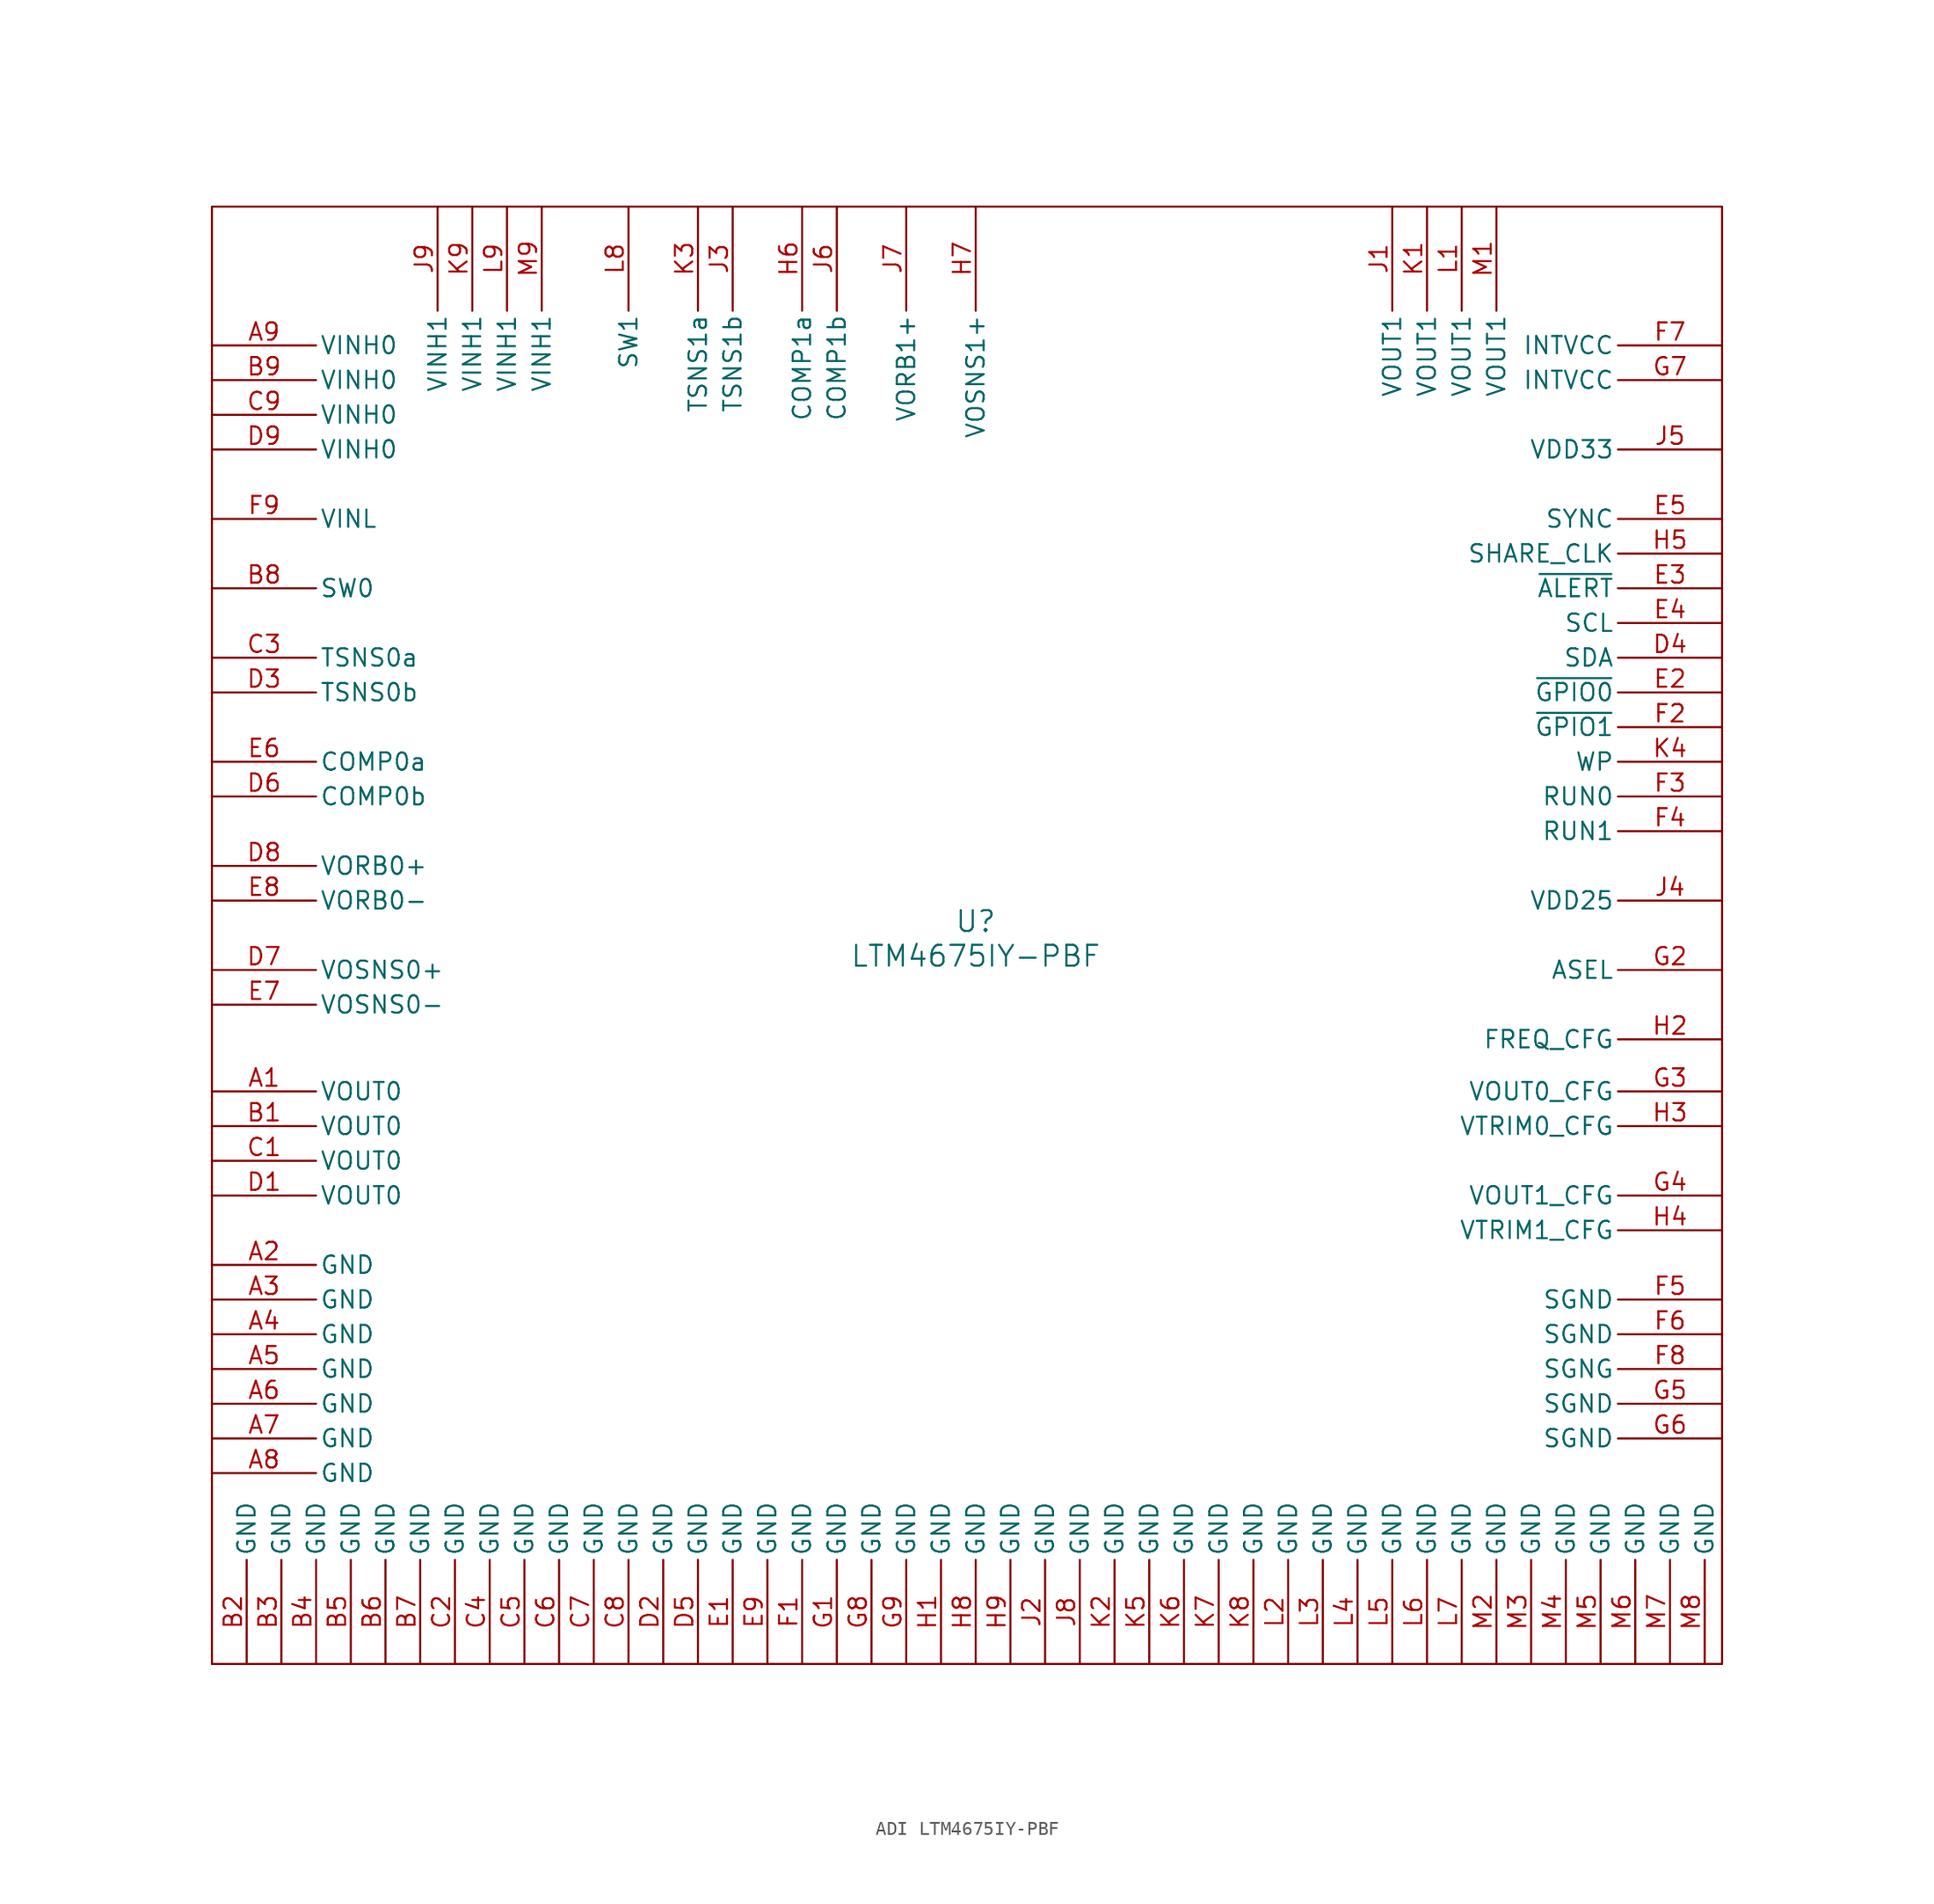
<source format=kicad_sym>
(kicad_symbol_lib
  (version 20231120)
  (generator "kicad_symbol_editor")
  (generator_version "8.0")
  (symbol "ADI LTM4675IY-PBF"
    (pin_names
      (offset 0.254))
    (property "Reference" "U"
      (at 0 1.016 0)
      (effects (font (size 1.524 1.524))))
    (property "Value" "LTM4675IY-PBF"
      (at 0 -1.524 0)
      (effects (font (size 1.524 1.524))))
    (symbol "ADI LTM4675IY-PBF_1_1"
      (rectangle (start -55.88 53.34) (end 54.61 -53.34) (stroke (width 0) (type default)) (fill (type none)))
      (pin power_out line (at -55.88 -11.43 0) (length 7.62) (name "VOUT0" (effects (font (size 1.27 1.27)))) (number "A1" (effects (font (size 1.27 1.27)))))
      (pin power_in line (at -55.88 -24.13 0) (length 7.62) (name "GND" (effects (font (size 1.27 1.27)))) (number "A2" (effects (font (size 1.27 1.27)))))
      (pin power_in line (at -55.88 -26.67 0) (length 7.62) (name "GND" (effects (font (size 1.27 1.27)))) (number "A3" (effects (font (size 1.27 1.27)))))
      (pin power_in line (at -55.88 -29.21 0) (length 7.62) (name "GND" (effects (font (size 1.27 1.27)))) (number "A4" (effects (font (size 1.27 1.27)))))
      (pin power_in line (at -55.88 -31.75 0) (length 7.62) (name "GND" (effects (font (size 1.27 1.27)))) (number "A5" (effects (font (size 1.27 1.27)))))
      (pin power_in line (at -55.88 -34.29 0) (length 7.62) (name "GND" (effects (font (size 1.27 1.27)))) (number "A6" (effects (font (size 1.27 1.27)))))
      (pin power_in line (at -55.88 -36.83 0) (length 7.62) (name "GND" (effects (font (size 1.27 1.27)))) (number "A7" (effects (font (size 1.27 1.27)))))
      (pin power_in line (at -55.88 -39.37 0) (length 7.62) (name "GND" (effects (font (size 1.27 1.27)))) (number "A8" (effects (font (size 1.27 1.27)))))
      (pin power_in line (at -55.88 43.18 0) (length 7.62) (name "VINH0" (effects (font (size 1.27 1.27)))) (number "A9" (effects (font (size 1.27 1.27)))))
      (pin passive line (at -55.88 -13.97 0) (length 7.62) (name "VOUT0" (effects (font (size 1.27 1.27)))) (number "B1" (effects (font (size 1.27 1.27)))))
      (pin power_in line (at -53.34 -53.34 90) (length 7.62) (name "GND" (effects (font (size 1.27 1.27)))) (number "B2" (effects (font (size 1.27 1.27)))))
      (pin power_in line (at -50.8 -53.34 90) (length 7.62) (name "GND" (effects (font (size 1.27 1.27)))) (number "B3" (effects (font (size 1.27 1.27)))))
      (pin power_in line (at -48.26 -53.34 90) (length 7.62) (name "GND" (effects (font (size 1.27 1.27)))) (number "B4" (effects (font (size 1.27 1.27)))))
      (pin power_in line (at -45.72 -53.34 90) (length 7.62) (name "GND" (effects (font (size 1.27 1.27)))) (number "B5" (effects (font (size 1.27 1.27)))))
      (pin power_in line (at -43.18 -53.34 90) (length 7.62) (name "GND" (effects (font (size 1.27 1.27)))) (number "B6" (effects (font (size 1.27 1.27)))))
      (pin power_in line (at -40.64 -53.34 90) (length 7.62) (name "GND" (effects (font (size 1.27 1.27)))) (number "B7" (effects (font (size 1.27 1.27)))))
      (pin passive line (at -55.88 25.4 0) (length 7.62) (name "SW0" (effects (font (size 1.27 1.27)))) (number "B8" (effects (font (size 1.27 1.27)))))
      (pin power_in line (at -55.88 40.64 0) (length 7.62) (name "VINH0" (effects (font (size 1.27 1.27)))) (number "B9" (effects (font (size 1.27 1.27)))))
      (pin passive line (at -55.88 -16.51 0) (length 7.62) (name "VOUT0" (effects (font (size 1.27 1.27)))) (number "C1" (effects (font (size 1.27 1.27)))))
      (pin power_in line (at -38.1 -53.34 90) (length 7.62) (name "GND" (effects (font (size 1.27 1.27)))) (number "C2" (effects (font (size 1.27 1.27)))))
      (pin passive line (at -55.88 20.32 0) (length 7.62) (name "TSNS0a" (effects (font (size 1.27 1.27)))) (number "C3" (effects (font (size 1.27 1.27)))))
      (pin power_in line (at -35.56 -53.34 90) (length 7.62) (name "GND" (effects (font (size 1.27 1.27)))) (number "C4" (effects (font (size 1.27 1.27)))))
      (pin power_in line (at -33.02 -53.34 90) (length 7.62) (name "GND" (effects (font (size 1.27 1.27)))) (number "C5" (effects (font (size 1.27 1.27)))))
      (pin power_in line (at -30.48 -53.34 90) (length 7.62) (name "GND" (effects (font (size 1.27 1.27)))) (number "C6" (effects (font (size 1.27 1.27)))))
      (pin power_in line (at -27.94 -53.34 90) (length 7.62) (name "GND" (effects (font (size 1.27 1.27)))) (number "C7" (effects (font (size 1.27 1.27)))))
      (pin power_in line (at -25.4 -53.34 90) (length 7.62) (name "GND" (effects (font (size 1.27 1.27)))) (number "C8" (effects (font (size 1.27 1.27)))))
      (pin power_in line (at -55.88 38.1 0) (length 7.62) (name "VINH0" (effects (font (size 1.27 1.27)))) (number "C9" (effects (font (size 1.27 1.27)))))
      (pin passive line (at -55.88 -19.05 0) (length 7.62) (name "VOUT0" (effects (font (size 1.27 1.27)))) (number "D1" (effects (font (size 1.27 1.27)))))
      (pin power_in line (at -22.86 -53.34 90) (length 7.62) (name "GND" (effects (font (size 1.27 1.27)))) (number "D2" (effects (font (size 1.27 1.27)))))
      (pin passive line (at -55.88 17.78 0) (length 7.62) (name "TSNS0b" (effects (font (size 1.27 1.27)))) (number "D3" (effects (font (size 1.27 1.27)))))
      (pin bidirectional line (at 54.61 20.32 180) (length 7.62) (name "SDA" (effects (font (size 1.27 1.27)))) (number "D4" (effects (font (size 1.27 1.27)))))
      (pin power_in line (at -20.32 -53.34 90) (length 7.62) (name "GND" (effects (font (size 1.27 1.27)))) (number "D5" (effects (font (size 1.27 1.27)))))
      (pin passive line (at -55.88 10.16 0) (length 7.62) (name "COMP0b" (effects (font (size 1.27 1.27)))) (number "D6" (effects (font (size 1.27 1.27)))))
      (pin input line (at -55.88 -2.54 0) (length 7.62) (name "VOSNS0+" (effects (font (size 1.27 1.27)))) (number "D7" (effects (font (size 1.27 1.27)))))
      (pin passive line (at -55.88 5.08 0) (length 7.62) (name "VORB0+" (effects (font (size 1.27 1.27)))) (number "D8" (effects (font (size 1.27 1.27)))))
      (pin power_in line (at -55.88 35.56 0) (length 7.62) (name "VINH0" (effects (font (size 1.27 1.27)))) (number "D9" (effects (font (size 1.27 1.27)))))
      (pin power_in line (at -17.78 -53.34 90) (length 7.62) (name "GND" (effects (font (size 1.27 1.27)))) (number "E1" (effects (font (size 1.27 1.27)))))
      (pin output line (at 54.61 17.78 180) (length 7.62) (name "~{GPIO0}" (effects (font (size 1.27 1.27)))) (number "E2" (effects (font (size 1.27 1.27)))))
      (pin output line (at 54.61 25.4 180) (length 7.62) (name "~{ALERT}" (effects (font (size 1.27 1.27)))) (number "E3" (effects (font (size 1.27 1.27)))))
      (pin input line (at 54.61 22.86 180) (length 7.62) (name "SCL" (effects (font (size 1.27 1.27)))) (number "E4" (effects (font (size 1.27 1.27)))))
      (pin input line (at 54.61 30.48 180) (length 7.62) (name "SYNC" (effects (font (size 1.27 1.27)))) (number "E5" (effects (font (size 1.27 1.27)))))
      (pin passive line (at -55.88 12.7 0) (length 7.62) (name "COMP0a" (effects (font (size 1.27 1.27)))) (number "E6" (effects (font (size 1.27 1.27)))))
      (pin input line (at -55.88 -5.08 0) (length 7.62) (name "VOSNS0-" (effects (font (size 1.27 1.27)))) (number "E7" (effects (font (size 1.27 1.27)))))
      (pin passive line (at -55.88 2.54 0) (length 7.62) (name "VORB0-" (effects (font (size 1.27 1.27)))) (number "E8" (effects (font (size 1.27 1.27)))))
      (pin power_in line (at -15.24 -53.34 90) (length 7.62) (name "GND" (effects (font (size 1.27 1.27)))) (number "E9" (effects (font (size 1.27 1.27)))))
      (pin power_in line (at -12.7 -53.34 90) (length 7.62) (name "GND" (effects (font (size 1.27 1.27)))) (number "F1" (effects (font (size 1.27 1.27)))))
      (pin output line (at 54.61 15.24 180) (length 7.62) (name "~{GPIO1}" (effects (font (size 1.27 1.27)))) (number "F2" (effects (font (size 1.27 1.27)))))
      (pin input line (at 54.61 10.16 180) (length 7.62) (name "RUN0" (effects (font (size 1.27 1.27)))) (number "F3" (effects (font (size 1.27 1.27)))))
      (pin input line (at 54.61 7.62 180) (length 7.62) (name "RUN1" (effects (font (size 1.27 1.27)))) (number "F4" (effects (font (size 1.27 1.27)))))
      (pin power_in line (at 54.61 -26.67 180) (length 7.62) (name "SGND" (effects (font (size 1.27 1.27)))) (number "F5" (effects (font (size 1.27 1.27)))))
      (pin power_in line (at 54.61 -29.21 180) (length 7.62) (name "SGND" (effects (font (size 1.27 1.27)))) (number "F6" (effects (font (size 1.27 1.27)))))
      (pin input line (at 54.61 43.18 180) (length 7.62) (name "INTVCC" (effects (font (size 1.27 1.27)))) (number "F7" (effects (font (size 1.27 1.27)))))
      (pin power_in line (at 54.61 -31.75 180) (length 7.62) (name "SGNG" (effects (font (size 1.27 1.27)))) (number "F8" (effects (font (size 1.27 1.27)))))
      (pin power_in line (at -55.88 30.48 0) (length 7.62) (name "VINL" (effects (font (size 1.27 1.27)))) (number "F9" (effects (font (size 1.27 1.27)))))
      (pin power_in line (at -10.16 -53.34 90) (length 7.62) (name "GND" (effects (font (size 1.27 1.27)))) (number "G1" (effects (font (size 1.27 1.27)))))
      (pin input line (at 54.61 -2.54 180) (length 7.62) (name "ASEL" (effects (font (size 1.27 1.27)))) (number "G2" (effects (font (size 1.27 1.27)))))
      (pin input line (at 54.61 -11.43 180) (length 7.62) (name "VOUT0_CFG" (effects (font (size 1.27 1.27)))) (number "G3" (effects (font (size 1.27 1.27)))))
      (pin input line (at 54.61 -19.05 180) (length 7.62) (name "VOUT1_CFG" (effects (font (size 1.27 1.27)))) (number "G4" (effects (font (size 1.27 1.27)))))
      (pin power_in line (at 54.61 -34.29 180) (length 7.62) (name "SGND" (effects (font (size 1.27 1.27)))) (number "G5" (effects (font (size 1.27 1.27)))))
      (pin power_in line (at 54.61 -36.83 180) (length 7.62) (name "SGND" (effects (font (size 1.27 1.27)))) (number "G6" (effects (font (size 1.27 1.27)))))
      (pin input line (at 54.61 40.64 180) (length 7.62) (name "INTVCC" (effects (font (size 1.27 1.27)))) (number "G7" (effects (font (size 1.27 1.27)))))
      (pin power_in line (at -7.62 -53.34 90) (length 7.62) (name "GND" (effects (font (size 1.27 1.27)))) (number "G8" (effects (font (size 1.27 1.27)))))
      (pin power_in line (at -5.08 -53.34 90) (length 7.62) (name "GND" (effects (font (size 1.27 1.27)))) (number "G9" (effects (font (size 1.27 1.27)))))
      (pin power_in line (at -2.54 -53.34 90) (length 7.62) (name "GND" (effects (font (size 1.27 1.27)))) (number "H1" (effects (font (size 1.27 1.27)))))
      (pin input line (at 54.61 -7.62 180) (length 7.62) (name "FREQ_CFG" (effects (font (size 1.27 1.27)))) (number "H2" (effects (font (size 1.27 1.27)))))
      (pin input line (at 54.61 -13.97 180) (length 7.62) (name "VTRIM0_CFG" (effects (font (size 1.27 1.27)))) (number "H3" (effects (font (size 1.27 1.27)))))
      (pin input line (at 54.61 -21.59 180) (length 7.62) (name "VTRIM1_CFG" (effects (font (size 1.27 1.27)))) (number "H4" (effects (font (size 1.27 1.27)))))
      (pin input line (at 54.61 27.94 180) (length 7.62) (name "SHARE_CLK" (effects (font (size 1.27 1.27)))) (number "H5" (effects (font (size 1.27 1.27)))))
      (pin passive line (at -12.7 53.34 270) (length 7.62) (name "COMP1a" (effects (font (size 1.27 1.27)))) (number "H6" (effects (font (size 1.27 1.27)))))
      (pin input line (at 0 53.34 270) (length 7.62) (name "VOSNS1+" (effects (font (size 1.27 1.27)))) (number "H7" (effects (font (size 1.27 1.27)))))
      (pin power_in line (at 0 -53.34 90) (length 7.62) (name "GND" (effects (font (size 1.27 1.27)))) (number "H8" (effects (font (size 1.27 1.27)))))
      (pin power_in line (at 2.54 -53.34 90) (length 7.62) (name "GND" (effects (font (size 1.27 1.27)))) (number "H9" (effects (font (size 1.27 1.27)))))
      (pin power_out line (at 30.48 53.34 270) (length 7.62) (name "VOUT1" (effects (font (size 1.27 1.27)))) (number "J1" (effects (font (size 1.27 1.27)))))
      (pin power_in line (at 5.08 -53.34 90) (length 7.62) (name "GND" (effects (font (size 1.27 1.27)))) (number "J2" (effects (font (size 1.27 1.27)))))
      (pin passive line (at -17.78 53.34 270) (length 7.62) (name "TSNS1b" (effects (font (size 1.27 1.27)))) (number "J3" (effects (font (size 1.27 1.27)))))
      (pin power_out line (at 54.61 2.54 180) (length 7.62) (name "VDD25" (effects (font (size 1.27 1.27)))) (number "J4" (effects (font (size 1.27 1.27)))))
      (pin power_out line (at 54.61 35.56 180) (length 7.62) (name "VDD33" (effects (font (size 1.27 1.27)))) (number "J5" (effects (font (size 1.27 1.27)))))
      (pin passive line (at -10.16 53.34 270) (length 7.62) (name "COMP1b" (effects (font (size 1.27 1.27)))) (number "J6" (effects (font (size 1.27 1.27)))))
      (pin passive line (at -5.08 53.34 270) (length 7.62) (name "VORB1+" (effects (font (size 1.27 1.27)))) (number "J7" (effects (font (size 1.27 1.27)))))
      (pin power_in line (at 7.62 -53.34 90) (length 7.62) (name "GND" (effects (font (size 1.27 1.27)))) (number "J8" (effects (font (size 1.27 1.27)))))
      (pin power_in line (at -39.37 53.34 270) (length 7.62) (name "VINH1" (effects (font (size 1.27 1.27)))) (number "J9" (effects (font (size 1.27 1.27)))))
      (pin passive line (at 33.02 53.34 270) (length 7.62) (name "VOUT1" (effects (font (size 1.27 1.27)))) (number "K1" (effects (font (size 1.27 1.27)))))
      (pin power_in line (at 10.16 -53.34 90) (length 7.62) (name "GND" (effects (font (size 1.27 1.27)))) (number "K2" (effects (font (size 1.27 1.27)))))
      (pin passive line (at -20.32 53.34 270) (length 7.62) (name "TSNS1a" (effects (font (size 1.27 1.27)))) (number "K3" (effects (font (size 1.27 1.27)))))
      (pin input line (at 54.61 12.7 180) (length 7.62) (name "WP" (effects (font (size 1.27 1.27)))) (number "K4" (effects (font (size 1.27 1.27)))))
      (pin power_in line (at 12.7 -53.34 90) (length 7.62) (name "GND" (effects (font (size 1.27 1.27)))) (number "K5" (effects (font (size 1.27 1.27)))))
      (pin power_in line (at 15.24 -53.34 90) (length 7.62) (name "GND" (effects (font (size 1.27 1.27)))) (number "K6" (effects (font (size 1.27 1.27)))))
      (pin power_in line (at 17.78 -53.34 90) (length 7.62) (name "GND" (effects (font (size 1.27 1.27)))) (number "K7" (effects (font (size 1.27 1.27)))))
      (pin power_in line (at 20.32 -53.34 90) (length 7.62) (name "GND" (effects (font (size 1.27 1.27)))) (number "K8" (effects (font (size 1.27 1.27)))))
      (pin power_in line (at -36.83 53.34 270) (length 7.62) (name "VINH1" (effects (font (size 1.27 1.27)))) (number "K9" (effects (font (size 1.27 1.27)))))
      (pin passive line (at 35.56 53.34 270) (length 7.62) (name "VOUT1" (effects (font (size 1.27 1.27)))) (number "L1" (effects (font (size 1.27 1.27)))))
      (pin power_in line (at 22.86 -53.34 90) (length 7.62) (name "GND" (effects (font (size 1.27 1.27)))) (number "L2" (effects (font (size 1.27 1.27)))))
      (pin power_in line (at 25.4 -53.34 90) (length 7.62) (name "GND" (effects (font (size 1.27 1.27)))) (number "L3" (effects (font (size 1.27 1.27)))))
      (pin power_in line (at 27.94 -53.34 90) (length 7.62) (name "GND" (effects (font (size 1.27 1.27)))) (number "L4" (effects (font (size 1.27 1.27)))))
      (pin power_in line (at 30.48 -53.34 90) (length 7.62) (name "GND" (effects (font (size 1.27 1.27)))) (number "L5" (effects (font (size 1.27 1.27)))))
      (pin power_in line (at 33.02 -53.34 90) (length 7.62) (name "GND" (effects (font (size 1.27 1.27)))) (number "L6" (effects (font (size 1.27 1.27)))))
      (pin power_in line (at 35.56 -53.34 90) (length 7.62) (name "GND" (effects (font (size 1.27 1.27)))) (number "L7" (effects (font (size 1.27 1.27)))))
      (pin passive line (at -25.4 53.34 270) (length 7.62) (name "SW1" (effects (font (size 1.27 1.27)))) (number "L8" (effects (font (size 1.27 1.27)))))
      (pin power_in line (at -34.29 53.34 270) (length 7.62) (name "VINH1" (effects (font (size 1.27 1.27)))) (number "L9" (effects (font (size 1.27 1.27)))))
      (pin passive line (at 38.1 53.34 270) (length 7.62) (name "VOUT1" (effects (font (size 1.27 1.27)))) (number "M1" (effects (font (size 1.27 1.27)))))
      (pin power_in line (at 38.1 -53.34 90) (length 7.62) (name "GND" (effects (font (size 1.27 1.27)))) (number "M2" (effects (font (size 1.27 1.27)))))
      (pin power_in line (at 40.64 -53.34 90) (length 7.62) (name "GND" (effects (font (size 1.27 1.27)))) (number "M3" (effects (font (size 1.27 1.27)))))
      (pin power_in line (at 43.18 -53.34 90) (length 7.62) (name "GND" (effects (font (size 1.27 1.27)))) (number "M4" (effects (font (size 1.27 1.27)))))
      (pin power_in line (at 45.72 -53.34 90) (length 7.62) (name "GND" (effects (font (size 1.27 1.27)))) (number "M5" (effects (font (size 1.27 1.27)))))
      (pin power_in line (at 48.26 -53.34 90) (length 7.62) (name "GND" (effects (font (size 1.27 1.27)))) (number "M6" (effects (font (size 1.27 1.27)))))
      (pin power_in line (at 50.8 -53.34 90) (length 7.62) (name "GND" (effects (font (size 1.27 1.27)))) (number "M7" (effects (font (size 1.27 1.27)))))
      (pin power_in line (at 53.34 -53.34 90) (length 7.62) (name "GND" (effects (font (size 1.27 1.27)))) (number "M8" (effects (font (size 1.27 1.27)))))
      (pin power_in line (at -31.75 53.34 270) (length 7.62) (name "VINH1" (effects (font (size 1.27 1.27)))) (number "M9" (effects (font (size 1.27 1.27))))))))
</source>
